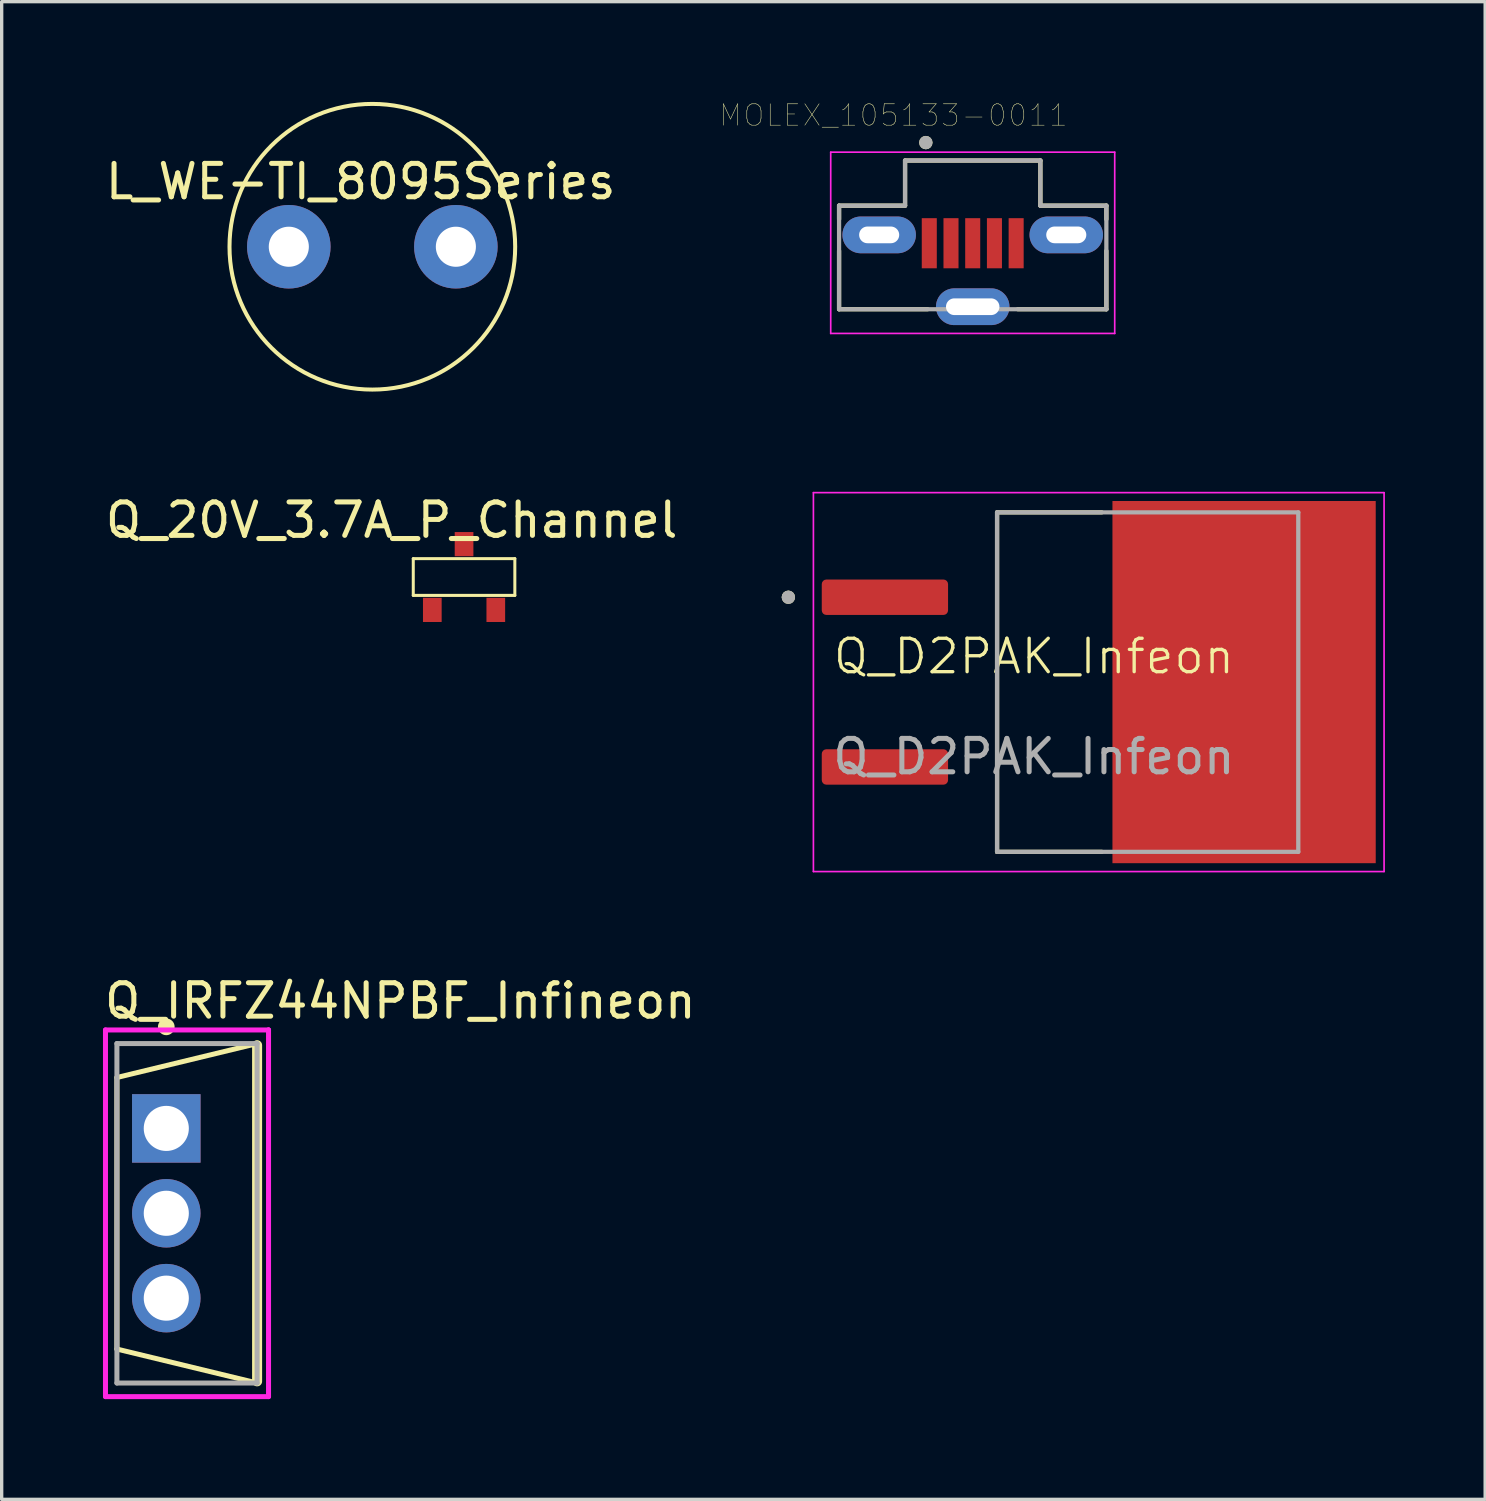
<source format=kicad_pcb>
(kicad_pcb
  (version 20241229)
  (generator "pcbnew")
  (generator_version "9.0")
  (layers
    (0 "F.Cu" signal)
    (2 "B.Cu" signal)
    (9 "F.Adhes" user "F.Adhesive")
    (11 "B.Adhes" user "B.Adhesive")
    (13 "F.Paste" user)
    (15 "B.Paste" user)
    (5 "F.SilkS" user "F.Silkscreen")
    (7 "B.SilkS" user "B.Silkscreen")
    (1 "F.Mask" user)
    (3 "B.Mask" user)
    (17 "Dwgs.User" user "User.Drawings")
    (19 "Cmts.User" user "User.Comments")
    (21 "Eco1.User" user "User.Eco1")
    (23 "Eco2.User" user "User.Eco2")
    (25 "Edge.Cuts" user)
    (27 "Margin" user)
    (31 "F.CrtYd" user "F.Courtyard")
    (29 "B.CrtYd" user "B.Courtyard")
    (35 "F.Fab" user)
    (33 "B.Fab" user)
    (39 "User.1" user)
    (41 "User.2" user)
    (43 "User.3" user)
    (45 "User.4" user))
  (footprint "L_WE-TI_8095Series"
    (layer "F.Cu")
    (at 8.094 4.335)
    (property "Reference" "L_WE-TI_8095Series" (at -0.35 -1.95 0) (layer "F.SilkS") (effects (font (size 1 1) (thickness 0.15))))
    (attr through_hole)
    (fp_circle (center 0 0) (end 4.275 0) (stroke (width 0.12) (type solid)) (fill no) (layer "F.SilkS"))
    (pad "1" thru_hole circle (at 2.5 0) (size 2.5 2.5) (drill 1.2) (layers "*.Cu" "*.Mask"))
    (pad "2" thru_hole circle (at -2.5 0) (size 2.5 2.5) (drill 1.2) (layers "*.Cu" "*.Mask")))
  (footprint "MOLEX_105133-0011"
    (layer "F.Cu")
    (at 26.063 3.98)
    (property "Reference" "MOLEX_105133-0011" (at -2.373 -3.579 0) (layer "F.SilkS") (effects (font (size 0.64 0.64) (thickness 0.015))))
    (attr through_hole)
    (fp_line (start -4 -0.875) (end -2.025 -0.875) (stroke (width 0.127) (type solid)) (layer "F.SilkS"))
    (fp_line (start -4 -0.467) (end -4 -0.875) (stroke (width 0.127) (type solid)) (layer "F.SilkS"))
    (fp_line (start -4 2.225) (end -4 0.477) (stroke (width 0.127) (type solid)) (layer "F.SilkS"))
    (fp_line (start -2.025 -2.225) (end 2.025 -2.225) (stroke (width 0.127) (type solid)) (layer "F.SilkS"))
    (fp_line (start -2.025 -0.875) (end -2.025 -2.225) (stroke (width 0.127) (type solid)) (layer "F.SilkS"))
    (fp_line (start -1.35 2.225) (end -4 2.225) (stroke (width 0.127) (type solid)) (layer "F.SilkS"))
    (fp_line (start 2.025 -2.225) (end 2.025 -0.875) (stroke (width 0.127) (type solid)) (layer "F.SilkS"))
    (fp_line (start 2.025 -0.875) (end 4 -0.875) (stroke (width 0.127) (type solid)) (layer "F.SilkS"))
    (fp_line (start 4 -0.875) (end 4 -0.467) (stroke (width 0.127) (type solid)) (layer "F.SilkS"))
    (fp_line (start 4 0.477) (end 4 2.225) (stroke (width 0.127) (type solid)) (layer "F.SilkS"))
    (fp_line (start 4 2.225) (end 1.35 2.225) (stroke (width 0.127) (type solid)) (layer "F.SilkS"))
    (fp_circle (center -1.403 -2.762) (end -1.303 -2.762) (stroke (width 0.2) (type solid)) (fill no) (layer "F.SilkS"))
    (fp_line (start -4.25 -2.475) (end 4.25 -2.475) (stroke (width 0.05) (type solid)) (layer "F.CrtYd"))
    (fp_line (start -4.25 2.95) (end -4.25 -2.475) (stroke (width 0.05) (type solid)) (layer "F.CrtYd"))
    (fp_line (start 4.25 -2.475) (end 4.25 2.95) (stroke (width 0.05) (type solid)) (layer "F.CrtYd"))
    (fp_line (start 4.25 2.95) (end -4.25 2.95) (stroke (width 0.05) (type solid)) (layer "F.CrtYd"))
    (fp_line (start -4 -0.875) (end -2.025 -0.875) (stroke (width 0.127) (type solid)) (layer "F.Fab"))
    (fp_line (start -4 2.225) (end -4 -0.875) (stroke (width 0.127) (type solid)) (layer "F.Fab"))
    (fp_line (start -2.025 -0.875) (end -2.025 -2.225) (stroke (width 0.127) (type solid)) (layer "F.Fab"))
    (fp_line (start 2.025 -2.225) (end -2.025 -2.225) (stroke (width 0.127) (type solid)) (layer "F.Fab"))
    (fp_line (start 2.025 -0.875) (end 2.025 -2.225) (stroke (width 0.127) (type solid)) (layer "F.Fab"))
    (fp_line (start 4 -0.875) (end 2.025 -0.875) (stroke (width 0.127) (type solid)) (layer "F.Fab"))
    (fp_line (start 4 2.225) (end -4 2.225) (stroke (width 0.127) (type solid)) (layer "F.Fab"))
    (fp_line (start 4 2.225) (end 4 -0.875) (stroke (width 0.127) (type solid)) (layer "F.Fab"))
    (fp_circle (center -1.403 -2.762) (end -1.303 -2.762) (stroke (width 0.2) (type solid)) (fill no) (layer "F.Fab"))
    (pad "1" smd rect (at -1.3 0.25) (size 0.45 1.5) (layers "F.Cu" "F.Mask" "F.Paste"))
    (pad "2" smd rect (at -0.65 0.25) (size 0.45 1.5) (layers "F.Cu" "F.Mask" "F.Paste"))
    (pad "3" smd rect (at 0 0.25) (size 0.45 1.5) (layers "F.Cu" "F.Mask" "F.Paste"))
    (pad "4" smd rect (at 0.65 0.25) (size 0.45 1.5) (layers "F.Cu" "F.Mask" "F.Paste"))
    (pad "5" smd rect (at 1.3 0.25) (size 0.45 1.5) (layers "F.Cu" "F.Mask" "F.Paste"))
    (pad "S1" thru_hole oval (at -2.8 0) (size 2.2 1.1) (drill oval 1.2 0.5) (layers "*.Cu" "*.Mask"))
    (pad "S2" thru_hole oval (at 2.8 0) (size 2.2 1.1) (drill oval 1.2 0.5) (layers "*.Cu" "*.Mask"))
    (pad "S3" thru_hole oval (at 0 2.15) (size 2.2 1.1) (drill oval 1.6 0.5) (layers "*.Cu" "*.Mask")))
  (footprint "Q_IRFZ44NPBF_Infineon"
    (layer "F.Cu")
    (at 2.547 33.263)
    (property "Reference" "Q_IRFZ44NPBF_Infineon" (at -2.547 -6.355 0) (layer "F.SilkS") (effects (font (size 1 1) (thickness 0.15)) (justify left)))
    (attr through_hole)
    (fp_line (start -2.098 -4.064) (end -2.098 4.064) (stroke (width 0.15) (type solid)) (layer "F.SilkS"))
    (fp_line (start -2.098 4.064) (end 2.098 5.08) (stroke (width 0.15) (type solid)) (layer "F.SilkS"))
    (fp_line (start 2.098 -5.08) (end -2.098 -4.064) (stroke (width 0.15) (type solid)) (layer "F.SilkS"))
    (fp_line (start 2.098 5.03) (end 2.098 -5.03) (stroke (width 0.3) (type solid)) (layer "F.SilkS"))
    (fp_circle (center -0.62 -5.58) (end -0.495 -5.58) (stroke (width 0.25) (type solid)) (fill no) (layer "F.SilkS"))
    (fp_line (start -2.44 -5.487) (end -2.44 5.487) (stroke (width 0.15) (type solid)) (layer "F.CrtYd"))
    (fp_line (start -2.44 5.487) (end 2.44 5.487) (stroke (width 0.15) (type solid)) (layer "F.CrtYd"))
    (fp_line (start 2.44 -5.487) (end -2.44 -5.487) (stroke (width 0.15) (type solid)) (layer "F.CrtYd"))
    (fp_line (start 2.44 -5.487) (end 2.44 -5.487) (stroke (width 0.15) (type solid)) (layer "F.CrtYd"))
    (fp_line (start 2.44 5.487) (end 2.44 -5.487) (stroke (width 0.15) (type solid)) (layer "F.CrtYd"))
    (fp_line (start -2.098 -5.08) (end 2.098 -5.08) (stroke (width 0.15) (type solid)) (layer "F.Fab"))
    (fp_line (start -2.098 5.08) (end -2.098 -5.08) (stroke (width 0.15) (type solid)) (layer "F.Fab"))
    (fp_line (start 2.098 -5.08) (end 2.098 5.08) (stroke (width 0.15) (type solid)) (layer "F.Fab"))
    (fp_line (start 2.098 5.08) (end -2.098 5.08) (stroke (width 0.15) (type solid)) (layer "F.Fab"))
    (pad "1" thru_hole rect (at -0.62 -2.54) (size 2.05 2.05) (drill 1.35) (layers "*.Cu" "*.Mask"))
    (pad "2" thru_hole circle (at -0.62 0) (size 2.05 2.05) (drill 1.35) (layers "*.Cu" "*.Mask"))
    (pad "3" thru_hole circle (at -0.62 2.54) (size 2.05 2.05) (drill 1.35) (layers "*.Cu" "*.Mask")))
  (footprint "Q_D2PAK_Infeon"
    (layer "F.Cu")
    (at 27.895 17.095)
    (property "Reference" "Q_D2PAK_Infeon" (at 0 -0.5 0) (unlocked yes) (layer "F.SilkS") (effects (font (size 1 1) (thickness 0.1))))
    (attr smd)
    (fp_line (start -1.103 -4.81) (end -1.103 5.35) (stroke (width 0.127) (type solid)) (layer "F.SilkS"))
    (fp_line (start -1.103 5.35) (end 2.03 5.35) (stroke (width 0.127) (type solid)) (layer "F.SilkS"))
    (fp_line (start 2.03 -4.81) (end -1.103 -4.81) (stroke (width 0.127) (type solid)) (layer "F.SilkS"))
    (fp_circle (center -7.35 -2.27) (end -7.25 -2.27) (stroke (width 0.2) (type solid)) (fill no) (layer "F.SilkS"))
    (fp_poly (pts (xy 2.9 -4.88) (xy 4.42 -4.88) (xy 4.42 -3.63) (xy 2.9 -3.63)) (stroke (width 0.01) (type solid)) (fill yes) (layer "F.Paste"))
    (fp_poly (pts (xy 2.9 -3.07) (xy 4.42 -3.07) (xy 4.42 -1.82) (xy 2.9 -1.82)) (stroke (width 0.01) (type solid)) (fill yes) (layer "F.Paste"))
    (fp_poly (pts (xy 2.9 -1.26) (xy 4.42 -1.26) (xy 4.42 -0.01) (xy 2.9 -0.01)) (stroke (width 0.01) (type solid)) (fill yes) (layer "F.Paste"))
    (fp_poly (pts (xy 2.9 0.55) (xy 4.42 0.55) (xy 4.42 1.8) (xy 2.9 1.8)) (stroke (width 0.01) (type solid)) (fill yes) (layer "F.Paste"))
    (fp_poly (pts (xy 2.9 2.36) (xy 4.42 2.36) (xy 4.42 3.61) (xy 2.9 3.61)) (stroke (width 0.01) (type solid)) (fill yes) (layer "F.Paste"))
    (fp_poly (pts (xy 2.9 4.17) (xy 4.42 4.17) (xy 4.42 5.42) (xy 2.9 5.42)) (stroke (width 0.01) (type solid)) (fill yes) (layer "F.Paste"))
    (fp_poly (pts (xy 5.53 -4.88) (xy 7.05 -4.88) (xy 7.05 -3.63) (xy 5.53 -3.63)) (stroke (width 0.01) (type solid)) (fill yes) (layer "F.Paste"))
    (fp_poly (pts (xy 5.53 -3.07) (xy 7.05 -3.07) (xy 7.05 -1.82) (xy 5.53 -1.82)) (stroke (width 0.01) (type solid)) (fill yes) (layer "F.Paste"))
    (fp_poly (pts (xy 5.53 -1.26) (xy 7.05 -1.26) (xy 7.05 -0.01) (xy 5.53 -0.01)) (stroke (width 0.01) (type solid)) (fill yes) (layer "F.Paste"))
    (fp_poly (pts (xy 5.53 0.55) (xy 7.05 0.55) (xy 7.05 1.8) (xy 5.53 1.8)) (stroke (width 0.01) (type solid)) (fill yes) (layer "F.Paste"))
    (fp_poly (pts (xy 5.53 2.36) (xy 7.05 2.36) (xy 7.05 3.61) (xy 5.53 3.61)) (stroke (width 0.01) (type solid)) (fill yes) (layer "F.Paste"))
    (fp_poly (pts (xy 5.53 4.17) (xy 7.05 4.17) (xy 7.05 5.42) (xy 5.53 5.42)) (stroke (width 0.01) (type solid)) (fill yes) (layer "F.Paste"))
    (fp_poly (pts (xy 8.16 -4.88) (xy 9.68 -4.88) (xy 9.68 -3.63) (xy 8.16 -3.63)) (stroke (width 0.01) (type solid)) (fill yes) (layer "F.Paste"))
    (fp_poly (pts (xy 8.16 -3.07) (xy 9.68 -3.07) (xy 9.68 -1.82) (xy 8.16 -1.82)) (stroke (width 0.01) (type solid)) (fill yes) (layer "F.Paste"))
    (fp_poly (pts (xy 8.16 -1.26) (xy 9.68 -1.26) (xy 9.68 -0.01) (xy 8.16 -0.01)) (stroke (width 0.01) (type solid)) (fill yes) (layer "F.Paste"))
    (fp_poly (pts (xy 8.16 0.55) (xy 9.68 0.55) (xy 9.68 1.8) (xy 8.16 1.8)) (stroke (width 0.01) (type solid)) (fill yes) (layer "F.Paste"))
    (fp_poly (pts (xy 8.16 2.36) (xy 9.68 2.36) (xy 9.68 3.61) (xy 8.16 3.61)) (stroke (width 0.01) (type solid)) (fill yes) (layer "F.Paste"))
    (fp_poly (pts (xy 8.16 4.17) (xy 9.68 4.17) (xy 9.68 5.42) (xy 8.16 5.42)) (stroke (width 0.01) (type solid)) (fill yes) (layer "F.Paste"))
    (fp_line (start -6.6 -5.4) (end -6.6 5.94) (stroke (width 0.05) (type solid)) (layer "F.CrtYd"))
    (fp_line (start -6.6 5.94) (end 10.48 5.94) (stroke (width 0.05) (type solid)) (layer "F.CrtYd"))
    (fp_line (start 10.48 -5.4) (end -6.6 -5.4) (stroke (width 0.05) (type solid)) (layer "F.CrtYd"))
    (fp_line (start 10.48 5.94) (end 10.48 -5.4) (stroke (width 0.05) (type solid)) (layer "F.CrtYd"))
    (fp_line (start -1.103 -4.81) (end -1.103 5.35) (stroke (width 0.127) (type solid)) (layer "F.Fab"))
    (fp_line (start -1.103 5.35) (end 7.912 5.35) (stroke (width 0.127) (type solid)) (layer "F.Fab"))
    (fp_line (start 7.912 -4.81) (end -1.103 -4.81) (stroke (width 0.127) (type solid)) (layer "F.Fab"))
    (fp_line (start 7.912 5.35) (end 7.912 -4.81) (stroke (width 0.127) (type solid)) (layer "F.Fab"))
    (fp_circle (center -7.35 -2.27) (end -7.25 -2.27) (stroke (width 0.2) (type solid)) (fill no) (layer "F.Fab"))
    (fp_text user "${REFERENCE}" (at 0 2.5 0) (unlocked yes) (layer "F.Fab") (effects (font (size 1 1) (thickness 0.15))))
    (pad "1" smd roundrect (at -4.46 -2.27) (size 3.78 1.06) (layers "F.Cu" "F.Mask" "F.Paste") (roundrect_rratio 0.13))
    (pad "2" smd rect (at 6.29 0.27) (size 7.88 10.84) (layers "F.Cu" "F.Mask"))
    (pad "3" smd roundrect (at -4.46 2.81) (size 3.78 1.06) (layers "F.Cu" "F.Mask" "F.Paste") (roundrect_rratio 0.13)))
  (footprint "Q_20V_3.7A_P_Channel"
    (layer "F.Cu")
    (at 10.839 14.22)
    (property "Reference" "Q_20V_3.7A_P_Channel" (at -2.167 -1.702 0) (layer "F.SilkS") (effects (font (size 1 1) (thickness 0.15))))
    (attr through_hole)
    (fp_line (start -1.52 -0.55) (end 1.52 -0.55) (stroke (width 0.09) (type solid)) (layer "F.SilkS"))
    (fp_line (start -1.52 0.55) (end -1.52 -0.55) (stroke (width 0.09) (type solid)) (layer "F.SilkS"))
    (fp_line (start 1.52 -0.55) (end 1.52 0.55) (stroke (width 0.09) (type solid)) (layer "F.SilkS"))
    (fp_line (start 1.52 0.55) (end -1.52 0.55) (stroke (width 0.09) (type solid)) (layer "F.SilkS"))
    (pad "1" smd rect (at -0.95 0.984 180) (size 0.559 0.724) (layers "F.Cu" "F.Mask" "F.Paste"))
    (pad "2" smd rect (at 0.95 0.984 180) (size 0.559 0.724) (layers "F.Cu" "F.Mask" "F.Paste"))
    (pad "3" smd rect (at 0 -0.984) (size 0.559 0.724) (layers "F.Cu" "F.Mask" "F.Paste")))
  (gr_rect
    (start -3 -3)
    (end 41.4 41.825)
    (stroke (width 0.1) (type default))
    (fill no)
    (layer "Edge.Cuts")))
</source>
